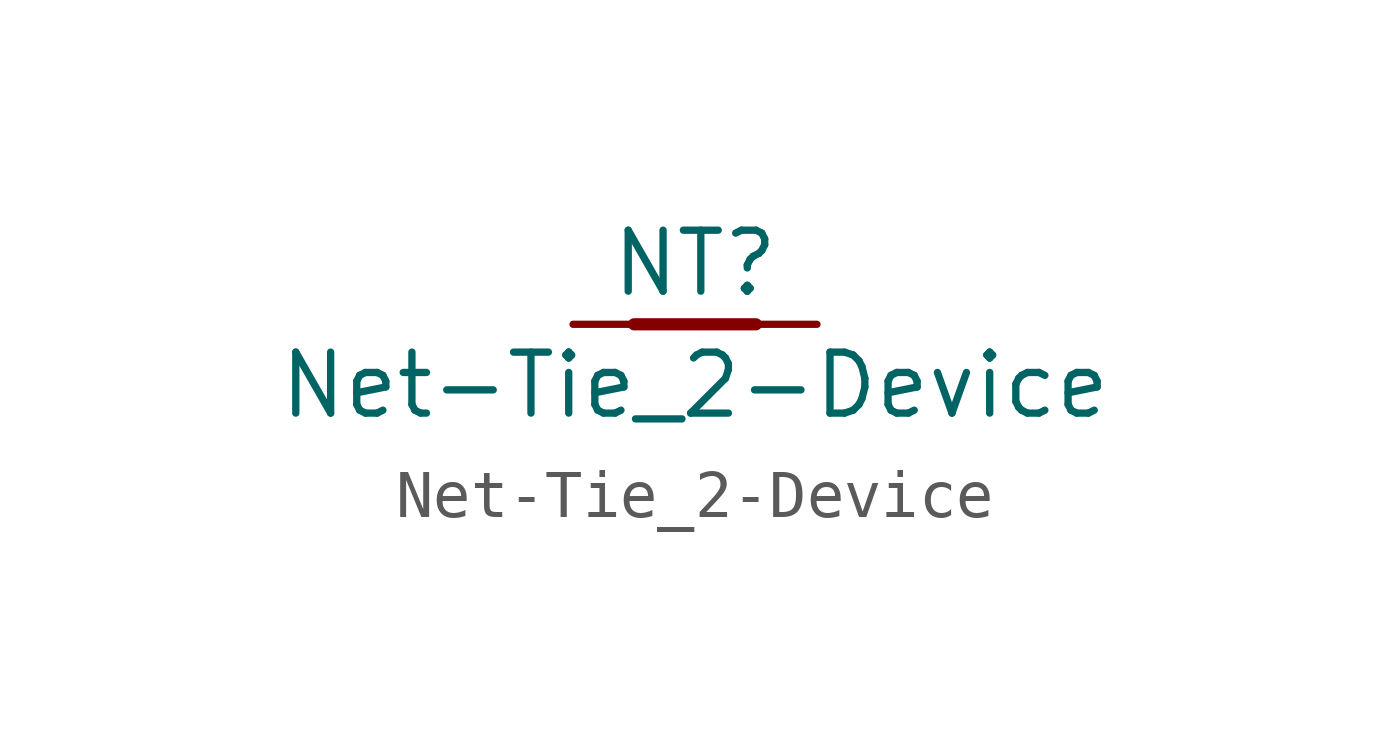
<source format=kicad_sym>
(kicad_symbol_lib
  (version 20220914)
  (generator kicad_symbol_editor)
  (symbol "Net-Tie_2-Device"
    (pin_numbers hide)
    (pin_names
      (offset 0) hide)
    (property "Reference" "NT"
      (at 0 1.27 0)
      (effects (font (size 1.27 1.27))))
    (property "Value" "Net-Tie_2-Device"
      (at 0 -1.27 0)
      (effects (font (size 1.27 1.27))))
    (symbol "Net-Tie_2-Device_0_1"
      (polyline (pts (xy -1.27 0) (xy 1.27 0)) (stroke (width 0.254) (type solid)) (fill (type none))))
    (symbol "Net-Tie_2-Device_1_1"
      (pin passive line (at -2.54 0 0) (length 2.54) (name "1" (effects (font (size 1.27 1.27)))) (number "1" (effects (font (size 1.27 1.27)))))
      (pin passive line (at 2.54 0 180) (length 2.54) (name "2" (effects (font (size 1.27 1.27)))) (number "2" (effects (font (size 1.27 1.27))))))))
</source>
